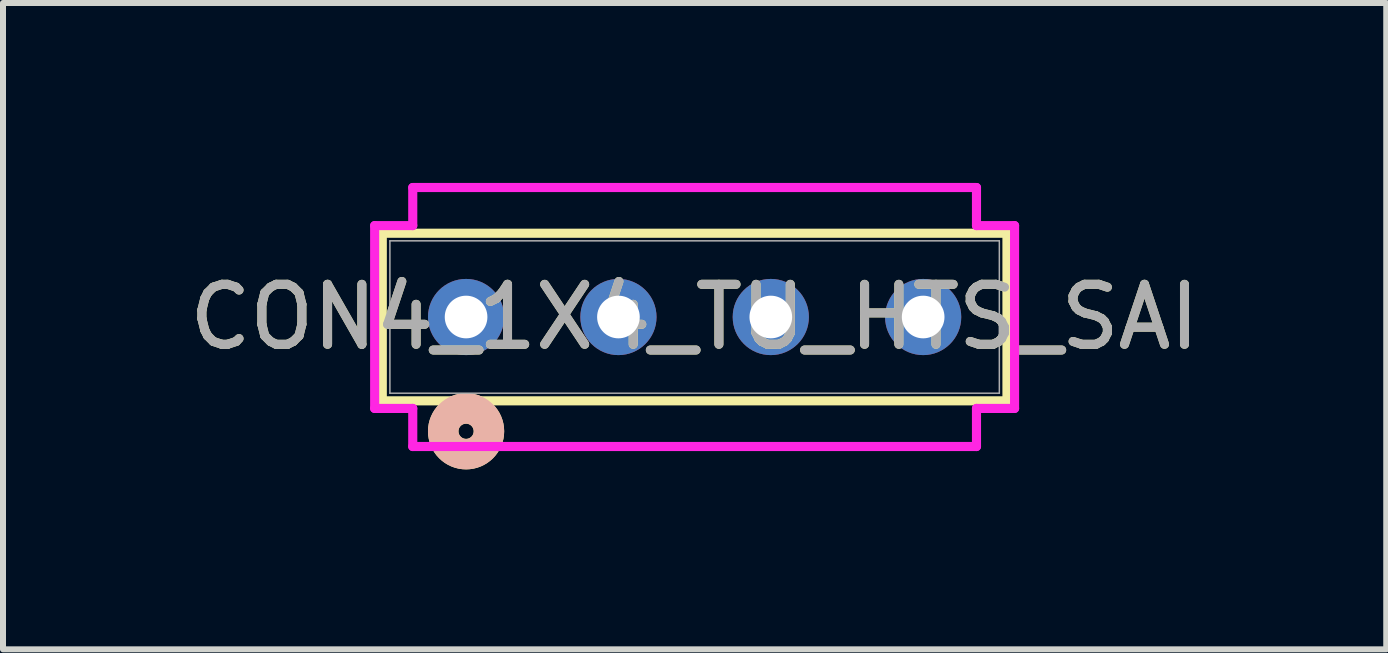
<source format=kicad_pcb>
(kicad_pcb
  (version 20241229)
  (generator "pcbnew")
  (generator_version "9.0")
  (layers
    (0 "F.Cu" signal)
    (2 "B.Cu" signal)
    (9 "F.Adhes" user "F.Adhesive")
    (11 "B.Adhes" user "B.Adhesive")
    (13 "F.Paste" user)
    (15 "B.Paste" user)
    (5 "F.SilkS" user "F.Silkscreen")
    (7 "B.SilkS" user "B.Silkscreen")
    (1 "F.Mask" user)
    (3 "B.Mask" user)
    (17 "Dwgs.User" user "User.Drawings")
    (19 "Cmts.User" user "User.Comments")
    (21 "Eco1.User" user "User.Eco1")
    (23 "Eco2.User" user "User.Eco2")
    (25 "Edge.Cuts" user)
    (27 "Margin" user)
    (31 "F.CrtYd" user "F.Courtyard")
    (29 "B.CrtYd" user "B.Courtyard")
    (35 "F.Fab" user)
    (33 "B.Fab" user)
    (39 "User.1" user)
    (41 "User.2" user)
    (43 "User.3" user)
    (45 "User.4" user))
  (footprint "CON4_1X4_TU_HTS_SAI"
    (layer "F.Cu")
    (at 8.53 2.235)
    (property "Reference" "CON4_1X4_TU_HTS_SAI" (at 0 0 0) (unlocked yes) (layer "F.SilkS") (effects (font (size 1 1) (thickness 0.15))))
    (attr through_hole)
    (fp_line (start -5.207 -1.397) (end -5.207 1.397) (stroke (width 0.152) (type solid)) (layer "F.SilkS"))
    (fp_line (start -5.207 1.397) (end 5.207 1.397) (stroke (width 0.152) (type solid)) (layer "F.SilkS"))
    (fp_line (start 5.207 -1.397) (end -5.207 -1.397) (stroke (width 0.152) (type solid)) (layer "F.SilkS"))
    (fp_line (start 5.207 1.397) (end 5.207 -1.397) (stroke (width 0.152) (type solid)) (layer "F.SilkS"))
    (fp_circle (center -3.81 1.905) (end -3.429 1.905) (stroke (width 0.508) (type solid)) (fill no) (layer "F.SilkS"))
    (fp_circle (center -3.81 1.905) (end -3.429 1.905) (stroke (width 0.508) (type solid)) (fill no) (layer "B.SilkS"))
    (fp_line (start -5.334 -1.524) (end -5.334 1.524) (stroke (width 0.152) (type solid)) (layer "F.CrtYd"))
    (fp_line (start -5.334 1.524) (end -4.699 1.524) (stroke (width 0.152) (type solid)) (layer "F.CrtYd"))
    (fp_line (start -4.699 -2.159) (end -4.699 -1.524) (stroke (width 0.152) (type solid)) (layer "F.CrtYd"))
    (fp_line (start -4.699 -1.524) (end -5.334 -1.524) (stroke (width 0.152) (type solid)) (layer "F.CrtYd"))
    (fp_line (start -4.699 1.524) (end -4.699 2.159) (stroke (width 0.152) (type solid)) (layer "F.CrtYd"))
    (fp_line (start -4.699 2.159) (end 4.699 2.159) (stroke (width 0.152) (type solid)) (layer "F.CrtYd"))
    (fp_line (start 4.699 -2.159) (end -4.699 -2.159) (stroke (width 0.152) (type solid)) (layer "F.CrtYd"))
    (fp_line (start 4.699 -1.524) (end 4.699 -2.159) (stroke (width 0.152) (type solid)) (layer "F.CrtYd"))
    (fp_line (start 4.699 1.524) (end 5.334 1.524) (stroke (width 0.152) (type solid)) (layer "F.CrtYd"))
    (fp_line (start 4.699 2.159) (end 4.699 1.524) (stroke (width 0.152) (type solid)) (layer "F.CrtYd"))
    (fp_line (start 5.334 -1.524) (end 4.699 -1.524) (stroke (width 0.152) (type solid)) (layer "F.CrtYd"))
    (fp_line (start 5.334 1.524) (end 5.334 -1.524) (stroke (width 0.152) (type solid)) (layer "F.CrtYd"))
    (fp_line (start -5.08 -1.27) (end -5.08 1.27) (stroke (width 0.025) (type solid)) (layer "F.Fab"))
    (fp_line (start -5.08 1.27) (end 5.08 1.27) (stroke (width 0.025) (type solid)) (layer "F.Fab"))
    (fp_line (start 5.08 -1.27) (end -5.08 -1.27) (stroke (width 0.025) (type solid)) (layer "F.Fab"))
    (fp_line (start 5.08 1.27) (end 5.08 -1.27) (stroke (width 0.025) (type solid)) (layer "F.Fab"))
    (fp_circle (center -3.81 0) (end -3.556 0) (stroke (width 0.025) (type solid)) (fill no) (layer "F.Fab"))
    (fp_text user "${REFERENCE}" (at 0 0 0) (unlocked yes) (layer "F.Fab") (effects (font (size 1 1) (thickness 0.15))))
    (pad "1" thru_hole circle (at -3.81 0 90) (size 1.27 1.27) (drill 0.711) (layers "*.Cu" "*.Mask"))
    (pad "2" thru_hole circle (at -1.27 0 90) (size 1.27 1.27) (drill 0.711) (layers "*.Cu" "*.Mask"))
    (pad "3" thru_hole circle (at 1.27 0 90) (size 1.27 1.27) (drill 0.711) (layers "*.Cu" "*.Mask"))
    (pad "4" thru_hole circle (at 3.81 0 90) (size 1.27 1.27) (drill 0.711) (layers "*.Cu" "*.Mask")))
  (gr_rect
    (start -3 -3)
    (end 20.06 7.775)
    (stroke (width 0.1) (type default))
    (fill no)
    (layer "Edge.Cuts")))
</source>
